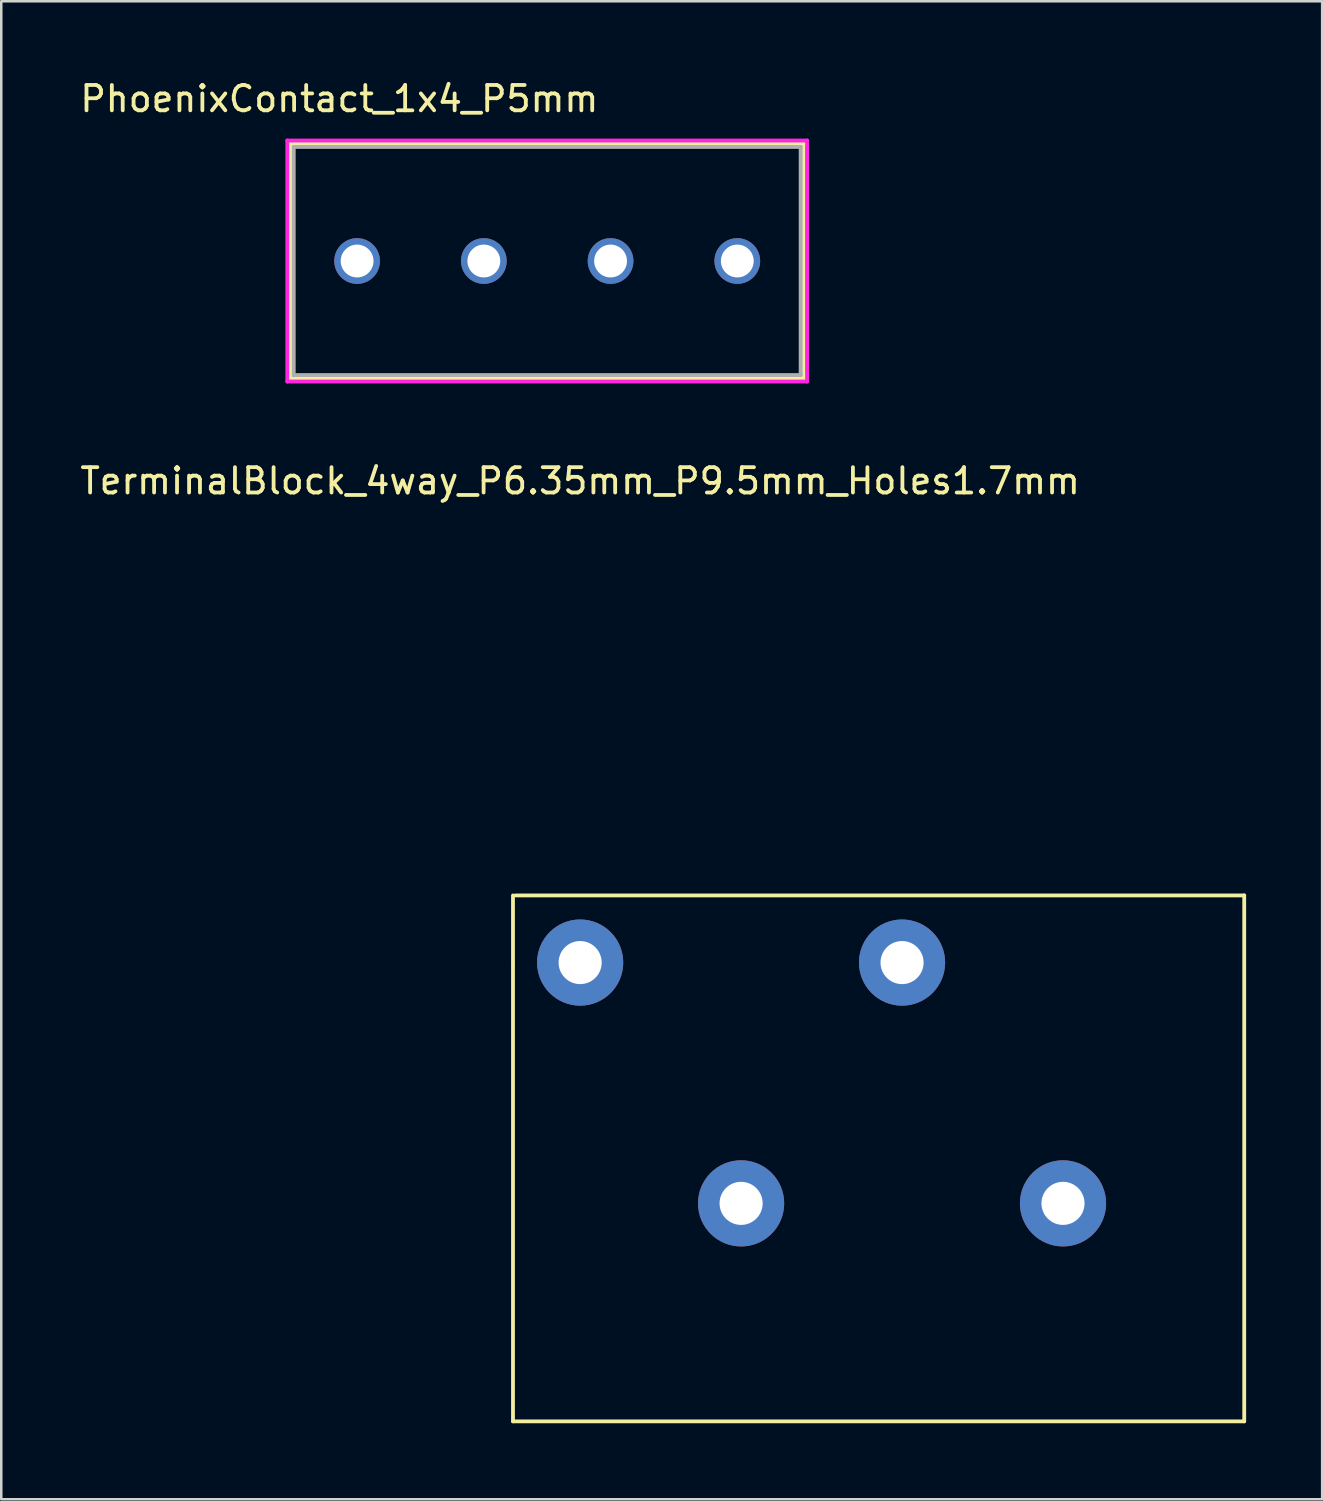
<source format=kicad_pcb>
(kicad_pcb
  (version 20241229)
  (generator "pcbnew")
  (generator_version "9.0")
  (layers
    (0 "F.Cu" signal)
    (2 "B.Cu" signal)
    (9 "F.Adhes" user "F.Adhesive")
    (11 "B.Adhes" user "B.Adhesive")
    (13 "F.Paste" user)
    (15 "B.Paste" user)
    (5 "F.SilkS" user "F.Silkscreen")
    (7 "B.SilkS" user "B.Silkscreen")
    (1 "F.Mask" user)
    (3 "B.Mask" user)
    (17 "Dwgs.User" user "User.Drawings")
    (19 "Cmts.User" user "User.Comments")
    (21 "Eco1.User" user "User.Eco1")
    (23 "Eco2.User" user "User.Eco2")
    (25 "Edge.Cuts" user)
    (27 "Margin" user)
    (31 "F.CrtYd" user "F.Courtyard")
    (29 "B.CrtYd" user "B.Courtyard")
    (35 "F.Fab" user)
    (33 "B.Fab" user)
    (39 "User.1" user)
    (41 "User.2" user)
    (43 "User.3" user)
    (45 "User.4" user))
  (footprint "TerminalBlock_4way_P6.35mm_P9.5mm_Holes1.7mm"
    (layer "F.Cu")
    (at 19.839 34.927)
    (property "Reference" "TerminalBlock_4way_P6.35mm_P9.5mm_Holes1.7mm" (at 0 -19 0) (layer "F.SilkS") (effects (font (size 1 1) (thickness 0.15))))
    (attr through_hole)
    (fp_line (start -2.65 -2.65) (end -2.65 -0.05) (stroke (width 0.15) (type solid)) (layer "F.SilkS"))
    (fp_line (start -2.65 0) (end -2.65 18.1) (stroke (width 0.15) (type solid)) (layer "F.SilkS"))
    (fp_line (start -2.65 18.1) (end 26.2 18.1) (stroke (width 0.15) (type solid)) (layer "F.SilkS"))
    (fp_line (start 26.2 -2.65) (end -2.55 -2.65) (stroke (width 0.15) (type solid)) (layer "F.SilkS"))
    (fp_line (start 26.2 18.1) (end 26.2 -2.65) (stroke (width 0.15) (type solid)) (layer "F.SilkS"))
    (pad "1" thru_hole circle (at 0 0) (size 3.4 3.4) (drill 1.7) (layers "*.Cu" "*.Mask"))
    (pad "2" thru_hole circle (at 6.35 9.5) (size 3.4 3.4) (drill 1.7) (layers "*.Cu" "*.Mask"))
    (pad "3" thru_hole circle (at 12.7 0) (size 3.4 3.4) (drill 1.7) (layers "*.Cu" "*.Mask"))
    (pad "4" thru_hole circle (at 19.05 9.5) (size 3.4 3.4) (drill 1.7) (layers "*.Cu" "*.Mask")))
  (footprint "PhoenixContact_1x4_P5mm"
    (layer "F.Cu")
    (at 11.039 7.248)
    (property "Reference" "PhoenixContact_1x4_P5mm" (at -0.7 -6.4 0) (layer "F.SilkS") (effects (font (size 1 1) (thickness 0.15))))
    (attr through_hole)
    (fp_line (start -2.627 -4.627) (end -2.627 4.627) (stroke (width 0.152) (type solid)) (layer "F.SilkS"))
    (fp_line (start -2.627 4.627) (end 17.627 4.627) (stroke (width 0.152) (type solid)) (layer "F.SilkS"))
    (fp_line (start 17.627 -4.627) (end -2.627 -4.627) (stroke (width 0.152) (type solid)) (layer "F.SilkS"))
    (fp_line (start 17.627 4.627) (end 17.627 -4.627) (stroke (width 0.152) (type solid)) (layer "F.SilkS"))
    (fp_line (start -2.754 -4.754) (end -2.754 4.754) (stroke (width 0.152) (type solid)) (layer "F.CrtYd"))
    (fp_line (start -2.754 4.754) (end 17.754 4.754) (stroke (width 0.152) (type solid)) (layer "F.CrtYd"))
    (fp_line (start 17.754 -4.754) (end -2.754 -4.754) (stroke (width 0.152) (type solid)) (layer "F.CrtYd"))
    (fp_line (start 17.754 4.754) (end 17.754 -4.754) (stroke (width 0.152) (type solid)) (layer "F.CrtYd"))
    (fp_line (start -2.5 -4.5) (end -2.5 4.5) (stroke (width 0.152) (type solid)) (layer "F.Fab"))
    (fp_line (start -2.5 4.5) (end 17.5 4.5) (stroke (width 0.152) (type solid)) (layer "F.Fab"))
    (fp_line (start 17.5 -4.5) (end -2.5 -4.5) (stroke (width 0.152) (type solid)) (layer "F.Fab"))
    (fp_line (start 17.5 4.5) (end 17.5 -4.5) (stroke (width 0.152) (type solid)) (layer "F.Fab"))
    (fp_text user "*" (at 0 0 0) (layer "F.SilkS") (effects (font (size 1 1) (thickness 0.15))))
    (fp_text user "*" (at 0 0 0) (layer "F.Fab") (effects (font (size 1 1) (thickness 0.15))))
    (pad "1" thru_hole circle (at 0 0) (size 1.803 1.803) (drill 1.295) (layers "*.Cu" "*.Mask"))
    (pad "2" thru_hole circle (at 5 0) (size 1.803 1.803) (drill 1.295) (layers "*.Cu" "*.Mask"))
    (pad "3" thru_hole circle (at 10 0) (size 1.803 1.803) (drill 1.295) (layers "*.Cu" "*.Mask"))
    (pad "4" thru_hole circle (at 15 0) (size 1.803 1.803) (drill 1.295) (layers "*.Cu" "*.Mask")))
  (gr_rect
    (start -3 -3)
    (end 49.114 56.102)
    (stroke (width 0.1) (type default))
    (fill no)
    (layer "Edge.Cuts")))
</source>
